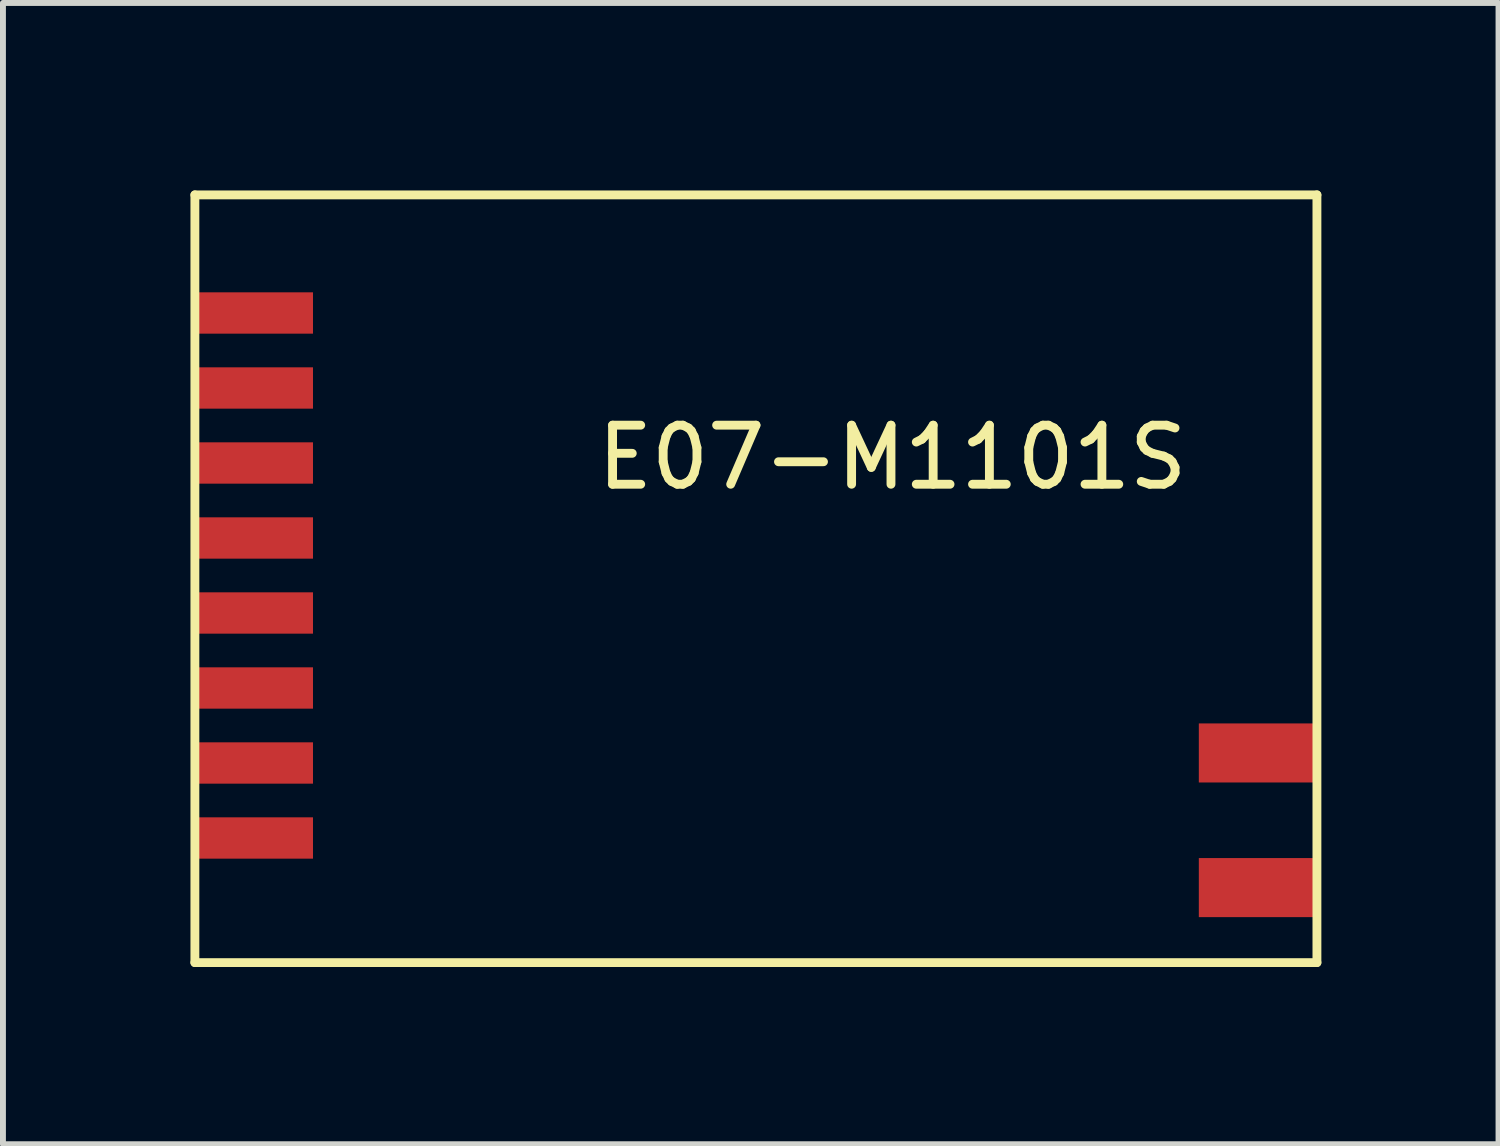
<source format=kicad_pcb>
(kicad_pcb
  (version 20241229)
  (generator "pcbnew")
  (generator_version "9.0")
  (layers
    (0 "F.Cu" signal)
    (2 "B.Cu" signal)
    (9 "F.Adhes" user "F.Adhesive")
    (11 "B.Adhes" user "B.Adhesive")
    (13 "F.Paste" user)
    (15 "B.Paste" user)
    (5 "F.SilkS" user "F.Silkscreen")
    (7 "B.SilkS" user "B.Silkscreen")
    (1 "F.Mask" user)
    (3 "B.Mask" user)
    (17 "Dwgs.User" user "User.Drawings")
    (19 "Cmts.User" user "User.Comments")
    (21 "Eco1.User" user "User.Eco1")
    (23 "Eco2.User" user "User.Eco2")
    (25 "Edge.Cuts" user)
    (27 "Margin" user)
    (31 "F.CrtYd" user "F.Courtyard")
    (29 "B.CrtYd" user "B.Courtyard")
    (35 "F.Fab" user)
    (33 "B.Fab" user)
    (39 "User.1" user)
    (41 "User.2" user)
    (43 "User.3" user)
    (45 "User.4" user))
  (footprint "E07-M1101S"
    (layer "F.Cu")
    (at 0.25 0.25)
    (property "Reference" "E07-M1101S" (at 11.811 4.445 0) (layer "F.SilkS") (effects (font (size 1 1) (thickness 0.15))))
    (attr through_hole)
    (fp_line (start 0 0) (end 0 13) (stroke (width 0.15) (type solid)) (layer "F.SilkS"))
    (fp_line (start 0 0) (end 19 0) (stroke (width 0.15) (type solid)) (layer "F.SilkS"))
    (fp_line (start 0 13) (end 19 13) (stroke (width 0.15) (type solid)) (layer "F.SilkS"))
    (fp_line (start 19 0) (end 19 13) (stroke (width 0.15) (type solid)) (layer "F.SilkS"))
    (pad "1" smd rect (at 1 2) (size 2 0.7) (layers "F.Cu" "F.Mask" "F.Paste"))
    (pad "2" smd rect (at 1 3.27) (size 2 0.7) (layers "F.Cu" "F.Mask" "F.Paste"))
    (pad "3" smd rect (at 1 4.54) (size 2 0.7) (layers "F.Cu" "F.Mask" "F.Paste"))
    (pad "4" smd rect (at 1 5.81) (size 2 0.7) (layers "F.Cu" "F.Mask" "F.Paste"))
    (pad "5" smd rect (at 1 7.08) (size 2 0.7) (layers "F.Cu" "F.Mask" "F.Paste"))
    (pad "6" smd rect (at 1 8.35) (size 2 0.7) (layers "F.Cu" "F.Mask" "F.Paste"))
    (pad "7" smd rect (at 1 9.62) (size 2 0.7) (layers "F.Cu" "F.Mask" "F.Paste"))
    (pad "8" smd rect (at 1 10.89) (size 2 0.7) (layers "F.Cu" "F.Mask" "F.Paste"))
    (pad "9" smd rect (at 18 11.73) (size 2 1) (layers "F.Cu" "F.Mask" "F.Paste"))
    (pad "10" smd rect (at 18 9.45) (size 2 1) (layers "F.Cu" "F.Mask" "F.Paste")))
  (gr_rect
    (start -3 -3)
    (end 22.325 16.325)
    (stroke (width 0.1) (type default))
    (fill no)
    (layer "Edge.Cuts")))
</source>
